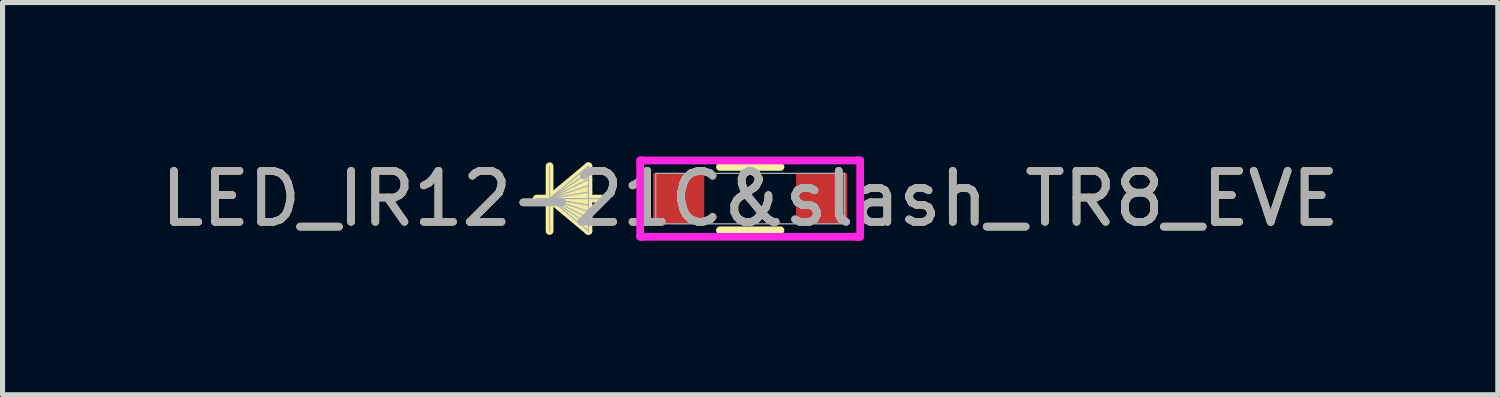
<source format=kicad_pcb>
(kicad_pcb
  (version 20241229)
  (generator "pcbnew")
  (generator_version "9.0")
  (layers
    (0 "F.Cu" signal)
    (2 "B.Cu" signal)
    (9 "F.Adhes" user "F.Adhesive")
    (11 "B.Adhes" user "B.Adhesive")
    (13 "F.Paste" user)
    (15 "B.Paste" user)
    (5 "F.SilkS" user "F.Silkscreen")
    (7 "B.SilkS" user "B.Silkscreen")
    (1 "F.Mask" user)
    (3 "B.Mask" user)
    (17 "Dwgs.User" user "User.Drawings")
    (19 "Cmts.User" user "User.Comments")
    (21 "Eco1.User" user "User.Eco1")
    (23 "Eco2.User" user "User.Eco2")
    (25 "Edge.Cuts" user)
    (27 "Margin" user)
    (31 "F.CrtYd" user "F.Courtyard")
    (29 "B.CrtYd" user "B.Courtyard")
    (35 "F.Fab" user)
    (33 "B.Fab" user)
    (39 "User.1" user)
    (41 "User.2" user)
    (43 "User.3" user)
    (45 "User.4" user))
  (footprint "LED_IR12-21C&slash_TR8_EVE"
    (layer "F.Cu")
    (at 11.673 0.848)
    (property "Reference" "LED_IR12-21C&slash_TR8_EVE" (at 0 0 0) (unlocked yes) (layer "F.SilkS") (effects (font (size 1 1) (thickness 0.15))))
    (attr smd)
    (fp_line (start -3.937 -0.635) (end -3.937 0.635) (stroke (width 0.152) (type solid)) (layer "F.SilkS"))
    (fp_line (start -3.937 0) (end -3.175 -0.635) (stroke (width 0.152) (type solid)) (layer "F.SilkS"))
    (fp_line (start -3.937 0) (end -3.175 -0.508) (stroke (width 0.152) (type solid)) (layer "F.SilkS"))
    (fp_line (start -3.937 0) (end -3.175 -0.381) (stroke (width 0.152) (type solid)) (layer "F.SilkS"))
    (fp_line (start -3.937 0) (end -3.175 -0.254) (stroke (width 0.152) (type solid)) (layer "F.SilkS"))
    (fp_line (start -3.937 0) (end -3.175 -0.127) (stroke (width 0.152) (type solid)) (layer "F.SilkS"))
    (fp_line (start -3.937 0) (end -3.175 0.127) (stroke (width 0.152) (type solid)) (layer "F.SilkS"))
    (fp_line (start -3.937 0) (end -3.175 0.254) (stroke (width 0.152) (type solid)) (layer "F.SilkS"))
    (fp_line (start -3.937 0) (end -3.175 0.381) (stroke (width 0.152) (type solid)) (layer "F.SilkS"))
    (fp_line (start -3.937 0) (end -3.175 0.508) (stroke (width 0.152) (type solid)) (layer "F.SilkS"))
    (fp_line (start -3.937 0) (end -3.175 0.635) (stroke (width 0.152) (type solid)) (layer "F.SilkS"))
    (fp_line (start -3.175 -0.635) (end -3.175 0.635) (stroke (width 0.152) (type solid)) (layer "F.SilkS"))
    (fp_line (start -2.921 0) (end -4.191 0) (stroke (width 0.152) (type solid)) (layer "F.SilkS"))
    (fp_line (start -0.594 0.622) (end 0.594 0.622) (stroke (width 0.152) (type solid)) (layer "F.SilkS"))
    (fp_line (start 0.594 -0.622) (end -0.594 -0.622) (stroke (width 0.152) (type solid)) (layer "F.SilkS"))
    (fp_line (start -2.159 -0.749) (end -2.108 -0.749) (stroke (width 0.152) (type solid)) (layer "F.CrtYd"))
    (fp_line (start -2.159 0.749) (end -2.159 -0.749) (stroke (width 0.152) (type solid)) (layer "F.CrtYd"))
    (fp_line (start -2.108 -0.749) (end -2.108 -0.749) (stroke (width 0.152) (type solid)) (layer "F.CrtYd"))
    (fp_line (start -2.108 -0.749) (end 2.108 -0.749) (stroke (width 0.152) (type solid)) (layer "F.CrtYd"))
    (fp_line (start -2.108 0.749) (end -2.159 0.749) (stroke (width 0.152) (type solid)) (layer "F.CrtYd"))
    (fp_line (start -2.108 0.749) (end -2.108 0.749) (stroke (width 0.152) (type solid)) (layer "F.CrtYd"))
    (fp_line (start 2.108 -0.749) (end 2.108 -0.749) (stroke (width 0.152) (type solid)) (layer "F.CrtYd"))
    (fp_line (start 2.108 -0.749) (end 2.159 -0.749) (stroke (width 0.152) (type solid)) (layer "F.CrtYd"))
    (fp_line (start 2.108 0.749) (end -2.108 0.749) (stroke (width 0.152) (type solid)) (layer "F.CrtYd"))
    (fp_line (start 2.108 0.749) (end 2.108 0.749) (stroke (width 0.152) (type solid)) (layer "F.CrtYd"))
    (fp_line (start 2.159 -0.749) (end 2.159 0.749) (stroke (width 0.152) (type solid)) (layer "F.CrtYd"))
    (fp_line (start 2.159 0.749) (end 2.108 0.749) (stroke (width 0.152) (type solid)) (layer "F.CrtYd"))
    (fp_line (start -3.937 -0.635) (end -3.937 0.635) (stroke (width 0.025) (type solid)) (layer "F.Fab"))
    (fp_line (start -3.937 0) (end -3.175 -0.635) (stroke (width 0.025) (type solid)) (layer "F.Fab"))
    (fp_line (start -3.937 0) (end -3.175 -0.508) (stroke (width 0.025) (type solid)) (layer "F.Fab"))
    (fp_line (start -3.937 0) (end -3.175 -0.381) (stroke (width 0.025) (type solid)) (layer "F.Fab"))
    (fp_line (start -3.937 0) (end -3.175 -0.254) (stroke (width 0.025) (type solid)) (layer "F.Fab"))
    (fp_line (start -3.937 0) (end -3.175 -0.127) (stroke (width 0.025) (type solid)) (layer "F.Fab"))
    (fp_line (start -3.937 0) (end -3.175 0.127) (stroke (width 0.025) (type solid)) (layer "F.Fab"))
    (fp_line (start -3.937 0) (end -3.175 0.254) (stroke (width 0.025) (type solid)) (layer "F.Fab"))
    (fp_line (start -3.937 0) (end -3.175 0.381) (stroke (width 0.025) (type solid)) (layer "F.Fab"))
    (fp_line (start -3.937 0) (end -3.175 0.508) (stroke (width 0.025) (type solid)) (layer "F.Fab"))
    (fp_line (start -3.937 0) (end -3.175 0.635) (stroke (width 0.025) (type solid)) (layer "F.Fab"))
    (fp_line (start -3.175 -0.635) (end -3.175 0.635) (stroke (width 0.025) (type solid)) (layer "F.Fab"))
    (fp_line (start -2.921 0) (end -4.191 0) (stroke (width 0.025) (type solid)) (layer "F.Fab"))
    (fp_line (start -1.854 -0.495) (end -1.854 0.495) (stroke (width 0.025) (type solid)) (layer "F.Fab"))
    (fp_line (start -1.854 0.495) (end 1.854 0.495) (stroke (width 0.025) (type solid)) (layer "F.Fab"))
    (fp_line (start 1.854 -0.495) (end -1.854 -0.495) (stroke (width 0.025) (type solid)) (layer "F.Fab"))
    (fp_line (start 1.854 0.495) (end 1.854 -0.495) (stroke (width 0.025) (type solid)) (layer "F.Fab"))
    (fp_text user "${REFERENCE}" (at 0 0 0) (unlocked yes) (layer "F.Fab") (effects (font (size 1 1) (thickness 0.15))))
    (pad "1" smd rect (at -1.403 0) (size 1.003 0.991) (layers "F.Cu" "F.Mask" "F.Paste"))
    (pad "2" smd rect (at 1.403 0) (size 1.003 0.991) (layers "F.Cu" "F.Mask" "F.Paste"))
    (zone (net_name "") (layer "F.Cu") (hatch full 0.508) (connect_pads) (min_thickness 0.254) (filled_areas_thickness no) (keepout (tracks not_allowed) (vias not_allowed) (pads allowed) (copperpour not_allowed) (footprints allowed)) (placement (enabled no)) (fill) (polygon (pts (xy 10.822 0.404) (xy 12.524 0.404) (xy 12.524 1.293) (xy 10.822 1.293)))))
  (gr_rect
    (start -3 -3)
    (end 26.345 4.697)
    (stroke (width 0.1) (type default))
    (fill no)
    (layer "Edge.Cuts")))
</source>
